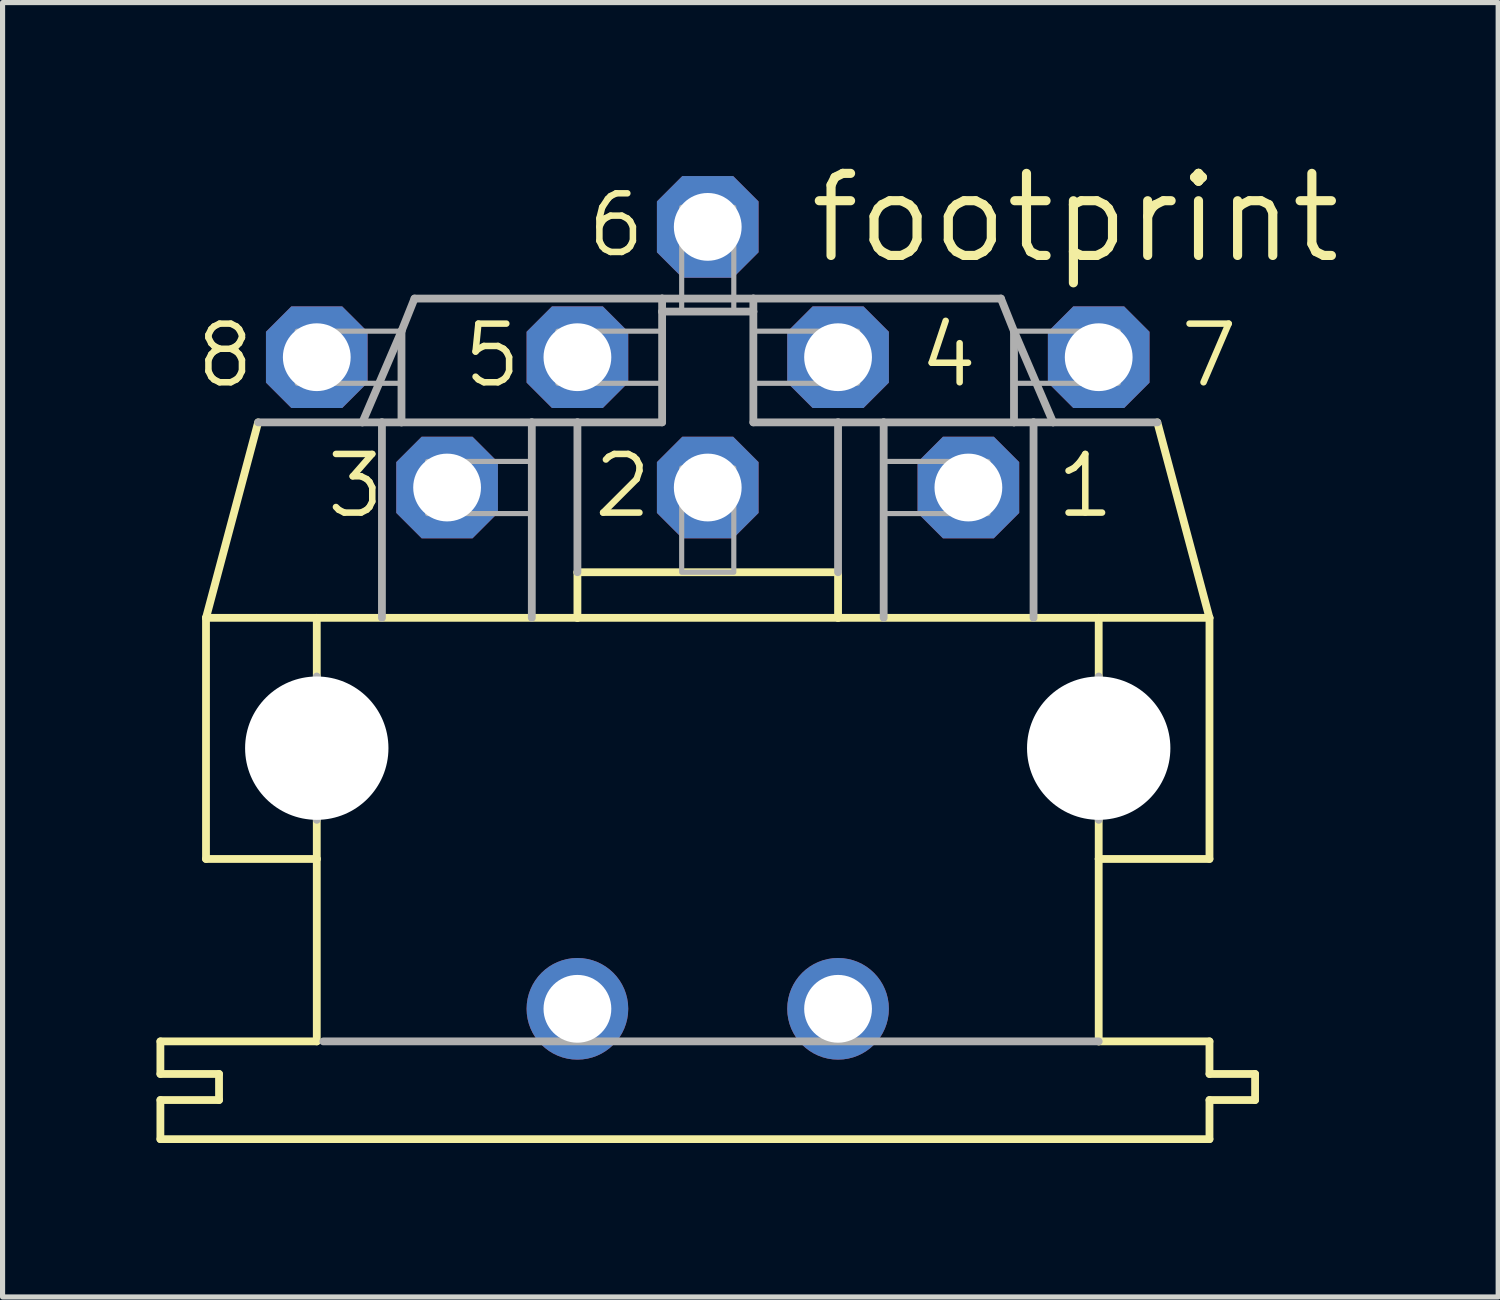
<source format=kicad_pcb>
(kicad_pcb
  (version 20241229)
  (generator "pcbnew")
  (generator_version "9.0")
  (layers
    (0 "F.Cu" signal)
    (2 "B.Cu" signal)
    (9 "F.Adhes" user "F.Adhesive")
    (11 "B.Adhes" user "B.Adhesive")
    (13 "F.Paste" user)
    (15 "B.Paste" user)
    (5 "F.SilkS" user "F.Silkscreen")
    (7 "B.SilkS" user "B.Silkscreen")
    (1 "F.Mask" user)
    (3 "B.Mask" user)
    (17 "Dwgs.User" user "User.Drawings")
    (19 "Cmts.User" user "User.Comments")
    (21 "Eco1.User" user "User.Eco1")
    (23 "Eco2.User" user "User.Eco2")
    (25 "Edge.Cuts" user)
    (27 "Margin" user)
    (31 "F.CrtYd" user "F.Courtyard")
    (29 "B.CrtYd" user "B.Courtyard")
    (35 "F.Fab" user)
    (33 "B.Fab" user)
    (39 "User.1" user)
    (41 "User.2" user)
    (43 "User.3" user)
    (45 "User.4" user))
  (footprint "footprint"
    (layer "F.Cu")
    (at 10.744 11.532)
    (property "Reference" "footprint" (at 1.905 -9.398 0) (layer "F.SilkS") (effects (font (size 1.6 1.6) (thickness 0.178)) (justify left bottom)))
    (fp_line (start -10.668 6.35) (end -10.668 5.715) (stroke (width 0.152) (type solid)) (layer "F.SilkS"))
    (fp_line (start -10.668 6.35) (end -9.525 6.35) (stroke (width 0.152) (type solid)) (layer "F.SilkS"))
    (fp_line (start -10.668 7.62) (end -10.668 6.858) (stroke (width 0.152) (type solid)) (layer "F.SilkS"))
    (fp_line (start -10.668 7.62) (end 9.779 7.62) (stroke (width 0.152) (type solid)) (layer "F.SilkS"))
    (fp_line (start -9.779 2.159) (end -9.779 -2.54) (stroke (width 0.152) (type solid)) (layer "F.SilkS"))
    (fp_line (start -9.779 2.159) (end -7.62 2.159) (stroke (width 0.152) (type solid)) (layer "F.SilkS"))
    (fp_line (start -9.525 6.858) (end -10.668 6.858) (stroke (width 0.152) (type solid)) (layer "F.SilkS"))
    (fp_line (start -9.525 6.858) (end -9.525 6.35) (stroke (width 0.152) (type solid)) (layer "F.SilkS"))
    (fp_line (start -8.763 -6.35) (end -9.779 -2.54) (stroke (width 0.152) (type solid)) (layer "F.SilkS"))
    (fp_line (start -7.62 -2.54) (end -9.779 -2.54) (stroke (width 0.152) (type solid)) (layer "F.SilkS"))
    (fp_line (start -7.62 -2.54) (end -7.62 -1.397) (stroke (width 0.152) (type solid)) (layer "F.SilkS"))
    (fp_line (start -7.62 2.159) (end -7.62 1.397) (stroke (width 0.152) (type solid)) (layer "F.SilkS"))
    (fp_line (start -7.62 5.715) (end -10.668 5.715) (stroke (width 0.152) (type solid)) (layer "F.SilkS"))
    (fp_line (start -7.62 5.715) (end -7.62 2.159) (stroke (width 0.152) (type solid)) (layer "F.SilkS"))
    (fp_line (start -2.54 -3.429) (end -2.54 -2.54) (stroke (width 0.152) (type solid)) (layer "F.SilkS"))
    (fp_line (start -2.54 -3.429) (end 2.54 -3.429) (stroke (width 0.152) (type solid)) (layer "F.SilkS"))
    (fp_line (start -2.54 -2.54) (end -7.62 -2.54) (stroke (width 0.152) (type solid)) (layer "F.SilkS"))
    (fp_line (start 2.54 -3.429) (end 2.54 -2.54) (stroke (width 0.152) (type solid)) (layer "F.SilkS"))
    (fp_line (start 2.54 -2.54) (end -2.54 -2.54) (stroke (width 0.152) (type solid)) (layer "F.SilkS"))
    (fp_line (start 7.62 -2.54) (end 2.54 -2.54) (stroke (width 0.152) (type solid)) (layer "F.SilkS"))
    (fp_line (start 7.62 -2.54) (end 7.62 -1.397) (stroke (width 0.152) (type solid)) (layer "F.SilkS"))
    (fp_line (start 7.62 2.159) (end 7.62 1.397) (stroke (width 0.152) (type solid)) (layer "F.SilkS"))
    (fp_line (start 7.62 5.715) (end 7.62 2.159) (stroke (width 0.152) (type solid)) (layer "F.SilkS"))
    (fp_line (start 8.763 -6.35) (end 9.779 -2.54) (stroke (width 0.152) (type solid)) (layer "F.SilkS"))
    (fp_line (start 9.779 -2.54) (end 7.62 -2.54) (stroke (width 0.152) (type solid)) (layer "F.SilkS"))
    (fp_line (start 9.779 2.159) (end 7.62 2.159) (stroke (width 0.152) (type solid)) (layer "F.SilkS"))
    (fp_line (start 9.779 2.159) (end 9.779 -2.54) (stroke (width 0.152) (type solid)) (layer "F.SilkS"))
    (fp_line (start 9.779 5.715) (end 7.62 5.715) (stroke (width 0.152) (type solid)) (layer "F.SilkS"))
    (fp_line (start 9.779 5.715) (end 9.779 6.35) (stroke (width 0.152) (type solid)) (layer "F.SilkS"))
    (fp_line (start 9.779 7.62) (end 9.779 6.858) (stroke (width 0.152) (type solid)) (layer "F.SilkS"))
    (fp_line (start 10.668 6.35) (end 9.779 6.35) (stroke (width 0.152) (type solid)) (layer "F.SilkS"))
    (fp_line (start 10.668 6.858) (end 9.779 6.858) (stroke (width 0.152) (type solid)) (layer "F.SilkS"))
    (fp_line (start 10.668 6.858) (end 10.668 6.35) (stroke (width 0.152) (type solid)) (layer "F.SilkS"))
    (fp_line (start -8.763 -6.35) (end -6.731 -6.35) (stroke (width 0.152) (type solid)) (layer "F.Fab"))
    (fp_line (start -7.62 -1.397) (end -7.62 1.397) (stroke (width 0.152) (type solid)) (layer "F.Fab"))
    (fp_line (start -7.493 5.715) (end 7.62 5.715) (stroke (width 0.152) (type solid)) (layer "F.Fab"))
    (fp_line (start -6.731 -6.35) (end -5.969 -8.128) (stroke (width 0.152) (type solid)) (layer "F.Fab"))
    (fp_line (start -6.35 -6.35) (end -6.731 -6.35) (stroke (width 0.152) (type solid)) (layer "F.Fab"))
    (fp_line (start -6.35 -6.35) (end -6.35 -2.54) (stroke (width 0.152) (type solid)) (layer "F.Fab"))
    (fp_line (start -5.969 -8.128) (end -5.969 -6.35) (stroke (width 0.152) (type solid)) (layer "F.Fab"))
    (fp_line (start -5.969 -8.128) (end -5.715 -8.763) (stroke (width 0.152) (type solid)) (layer "F.Fab"))
    (fp_line (start -5.969 -6.35) (end -6.35 -6.35) (stroke (width 0.152) (type solid)) (layer "F.Fab"))
    (fp_line (start -3.429 -6.35) (end -5.969 -6.35) (stroke (width 0.152) (type solid)) (layer "F.Fab"))
    (fp_line (start -3.429 -6.35) (end -3.429 -2.54) (stroke (width 0.152) (type solid)) (layer "F.Fab"))
    (fp_line (start -2.54 -6.35) (end -3.429 -6.35) (stroke (width 0.152) (type solid)) (layer "F.Fab"))
    (fp_line (start -2.54 -6.35) (end -2.54 -3.429) (stroke (width 0.152) (type solid)) (layer "F.Fab"))
    (fp_line (start -2.54 -6.35) (end -0.889 -6.35) (stroke (width 0.152) (type solid)) (layer "F.Fab"))
    (fp_line (start -0.889 -8.763) (end -5.715 -8.763) (stroke (width 0.152) (type solid)) (layer "F.Fab"))
    (fp_line (start -0.889 -8.509) (end -0.889 -8.763) (stroke (width 0.152) (type solid)) (layer "F.Fab"))
    (fp_line (start -0.889 -8.509) (end 0.889 -8.509) (stroke (width 0.152) (type solid)) (layer "F.Fab"))
    (fp_line (start -0.889 -6.35) (end -0.889 -8.509) (stroke (width 0.152) (type solid)) (layer "F.Fab"))
    (fp_line (start 0.889 -8.763) (end -0.889 -8.763) (stroke (width 0.152) (type solid)) (layer "F.Fab"))
    (fp_line (start 0.889 -8.763) (end 0.889 -8.509) (stroke (width 0.152) (type solid)) (layer "F.Fab"))
    (fp_line (start 0.889 -8.509) (end 0.889 -6.35) (stroke (width 0.152) (type solid)) (layer "F.Fab"))
    (fp_line (start 2.54 -6.35) (end 0.889 -6.35) (stroke (width 0.152) (type solid)) (layer "F.Fab"))
    (fp_line (start 2.54 -6.35) (end 2.54 -3.429) (stroke (width 0.152) (type solid)) (layer "F.Fab"))
    (fp_line (start 3.429 -6.35) (end 2.54 -6.35) (stroke (width 0.152) (type solid)) (layer "F.Fab"))
    (fp_line (start 3.429 -6.35) (end 3.429 -2.54) (stroke (width 0.152) (type solid)) (layer "F.Fab"))
    (fp_line (start 5.715 -8.763) (end 0.889 -8.763) (stroke (width 0.152) (type solid)) (layer "F.Fab"))
    (fp_line (start 5.715 -8.763) (end 5.969 -8.128) (stroke (width 0.152) (type solid)) (layer "F.Fab"))
    (fp_line (start 5.969 -8.128) (end 5.969 -6.35) (stroke (width 0.152) (type solid)) (layer "F.Fab"))
    (fp_line (start 5.969 -8.128) (end 6.731 -6.35) (stroke (width 0.152) (type solid)) (layer "F.Fab"))
    (fp_line (start 5.969 -6.35) (end 3.429 -6.35) (stroke (width 0.152) (type solid)) (layer "F.Fab"))
    (fp_line (start 6.35 -6.35) (end 5.969 -6.35) (stroke (width 0.152) (type solid)) (layer "F.Fab"))
    (fp_line (start 6.35 -6.35) (end 6.35 -2.54) (stroke (width 0.152) (type solid)) (layer "F.Fab"))
    (fp_line (start 6.731 -6.35) (end 6.35 -6.35) (stroke (width 0.152) (type solid)) (layer "F.Fab"))
    (fp_line (start 7.62 -1.397) (end 7.62 1.397) (stroke (width 0.152) (type solid)) (layer "F.Fab"))
    (fp_line (start 8.763 -6.35) (end 6.731 -6.35) (stroke (width 0.152) (type solid)) (layer "F.Fab"))
    (fp_poly (pts (xy -8.001 -7.112) (xy -5.969 -7.112) (xy -5.969 -8.128) (xy -8.001 -8.128)) (stroke (width 0.1) (type solid)) (fill no) (layer "F.Fab"))
    (fp_poly (pts (xy -5.461 -4.572) (xy -3.429 -4.572) (xy -3.429 -5.588) (xy -5.461 -5.588)) (stroke (width 0.1) (type solid)) (fill no) (layer "F.Fab"))
    (fp_poly (pts (xy -2.921 -7.112) (xy -0.889 -7.112) (xy -0.889 -8.128) (xy -2.921 -8.128)) (stroke (width 0.1) (type solid)) (fill no) (layer "F.Fab"))
    (fp_poly (pts (xy -0.508 -8.509) (xy 0.508 -8.509) (xy 0.508 -10.541) (xy -0.508 -10.541)) (stroke (width 0.1) (type solid)) (fill no) (layer "F.Fab"))
    (fp_poly (pts (xy -0.508 -3.429) (xy 0.508 -3.429) (xy 0.508 -5.461) (xy -0.508 -5.461)) (stroke (width 0.1) (type solid)) (fill no) (layer "F.Fab"))
    (fp_poly (pts (xy 0.889 -7.112) (xy 2.921 -7.112) (xy 2.921 -8.128) (xy 0.889 -8.128)) (stroke (width 0.1) (type solid)) (fill no) (layer "F.Fab"))
    (fp_poly (pts (xy 3.429 -4.572) (xy 5.461 -4.572) (xy 5.461 -5.588) (xy 3.429 -5.588)) (stroke (width 0.1) (type solid)) (fill no) (layer "F.Fab"))
    (fp_poly (pts (xy 5.969 -7.112) (xy 8.001 -7.112) (xy 8.001 -8.128) (xy 5.969 -8.128)) (stroke (width 0.1) (type solid)) (fill no) (layer "F.Fab"))
    (fp_text user "4" (at 4.064 -6.985 0) (layer "F.SilkS") (effects (font (size 1.143 1.143) (thickness 0.127)) (justify left bottom)))
    (fp_text user "1" (at 6.731 -4.445 0) (layer "F.SilkS") (effects (font (size 1.143 1.143) (thickness 0.127)) (justify left bottom)))
    (fp_text user "7" (at 9.144 -6.985 0) (layer "F.SilkS") (effects (font (size 1.143 1.143) (thickness 0.127)) (justify left bottom)))
    (fp_text user "6" (at -2.413 -9.525 0) (layer "F.SilkS") (effects (font (size 1.143 1.143) (thickness 0.127)) (justify left bottom)))
    (fp_text user "8" (at -10.033 -6.985 0) (layer "F.SilkS") (effects (font (size 1.143 1.143) (thickness 0.127)) (justify left bottom)))
    (fp_text user "3" (at -7.493 -4.445 0) (layer "F.SilkS") (effects (font (size 1.143 1.143) (thickness 0.127)) (justify left bottom)))
    (fp_text user "2" (at -2.286 -4.445 0) (layer "F.SilkS") (effects (font (size 1.143 1.143) (thickness 0.127)) (justify left bottom)))
    (fp_text user "5" (at -4.826 -6.985 0) (layer "F.SilkS") (effects (font (size 1.143 1.143) (thickness 0.127)) (justify left bottom)))
    (pad "" np_thru_hole circle (at -7.62 0) (size 2.794 2.794) (drill 2.794) (layers "*.Cu" "*.Mask"))
    (pad "" np_thru_hole circle (at 7.62 0) (size 2.794 2.794) (drill 2.794) (layers "*.Cu" "*.Mask"))
    (pad "1" thru_hole roundrect (at 5.08 -5.08) (size 1.981 1.981) (drill 1.321) (layers "*.Cu" "*.Mask") (roundrect_rratio 0.25) (chamfer_ratio 0.25) (chamfer top_left top_right bottom_left bottom_right))
    (pad "2" thru_hole roundrect (at 0 -5.08) (size 1.981 1.981) (drill 1.321) (layers "*.Cu" "*.Mask") (roundrect_rratio 0.25) (chamfer_ratio 0.25) (chamfer top_left top_right bottom_left bottom_right))
    (pad "3" thru_hole roundrect (at -5.08 -5.08) (size 1.981 1.981) (drill 1.321) (layers "*.Cu" "*.Mask") (roundrect_rratio 0.25) (chamfer_ratio 0.25) (chamfer top_left top_right bottom_left bottom_right))
    (pad "4" thru_hole roundrect (at 2.54 -7.62) (size 1.981 1.981) (drill 1.321) (layers "*.Cu" "*.Mask") (roundrect_rratio 0.25) (chamfer_ratio 0.25) (chamfer top_left top_right bottom_left bottom_right))
    (pad "5" thru_hole roundrect (at -2.54 -7.62) (size 1.981 1.981) (drill 1.321) (layers "*.Cu" "*.Mask") (roundrect_rratio 0.25) (chamfer_ratio 0.25) (chamfer top_left top_right bottom_left bottom_right))
    (pad "6" thru_hole roundrect (at 0 -10.16) (size 1.981 1.981) (drill 1.321) (layers "*.Cu" "*.Mask") (roundrect_rratio 0.25) (chamfer_ratio 0.25) (chamfer top_left top_right bottom_left bottom_right))
    (pad "7" thru_hole roundrect (at 7.62 -7.62) (size 1.981 1.981) (drill 1.321) (layers "*.Cu" "*.Mask") (roundrect_rratio 0.25) (chamfer_ratio 0.25) (chamfer top_left top_right bottom_left bottom_right))
    (pad "8" thru_hole roundrect (at -7.62 -7.62) (size 1.981 1.981) (drill 1.321) (layers "*.Cu" "*.Mask") (roundrect_rratio 0.25) (chamfer_ratio 0.25) (chamfer top_left top_right bottom_left bottom_right))
    (pad "PE" thru_hole circle (at -2.54 5.08) (size 1.981 1.981) (drill 1.321) (layers "*.Cu" "*.Mask"))
    (pad "PE@" thru_hole circle (at 2.54 5.08) (size 1.981 1.981) (drill 1.321) (layers "*.Cu" "*.Mask")))
  (gr_rect
    (start -3 -3)
    (end 26.15 22.228)
    (stroke (width 0.1) (type default))
    (fill no)
    (layer "Edge.Cuts")))
</source>
